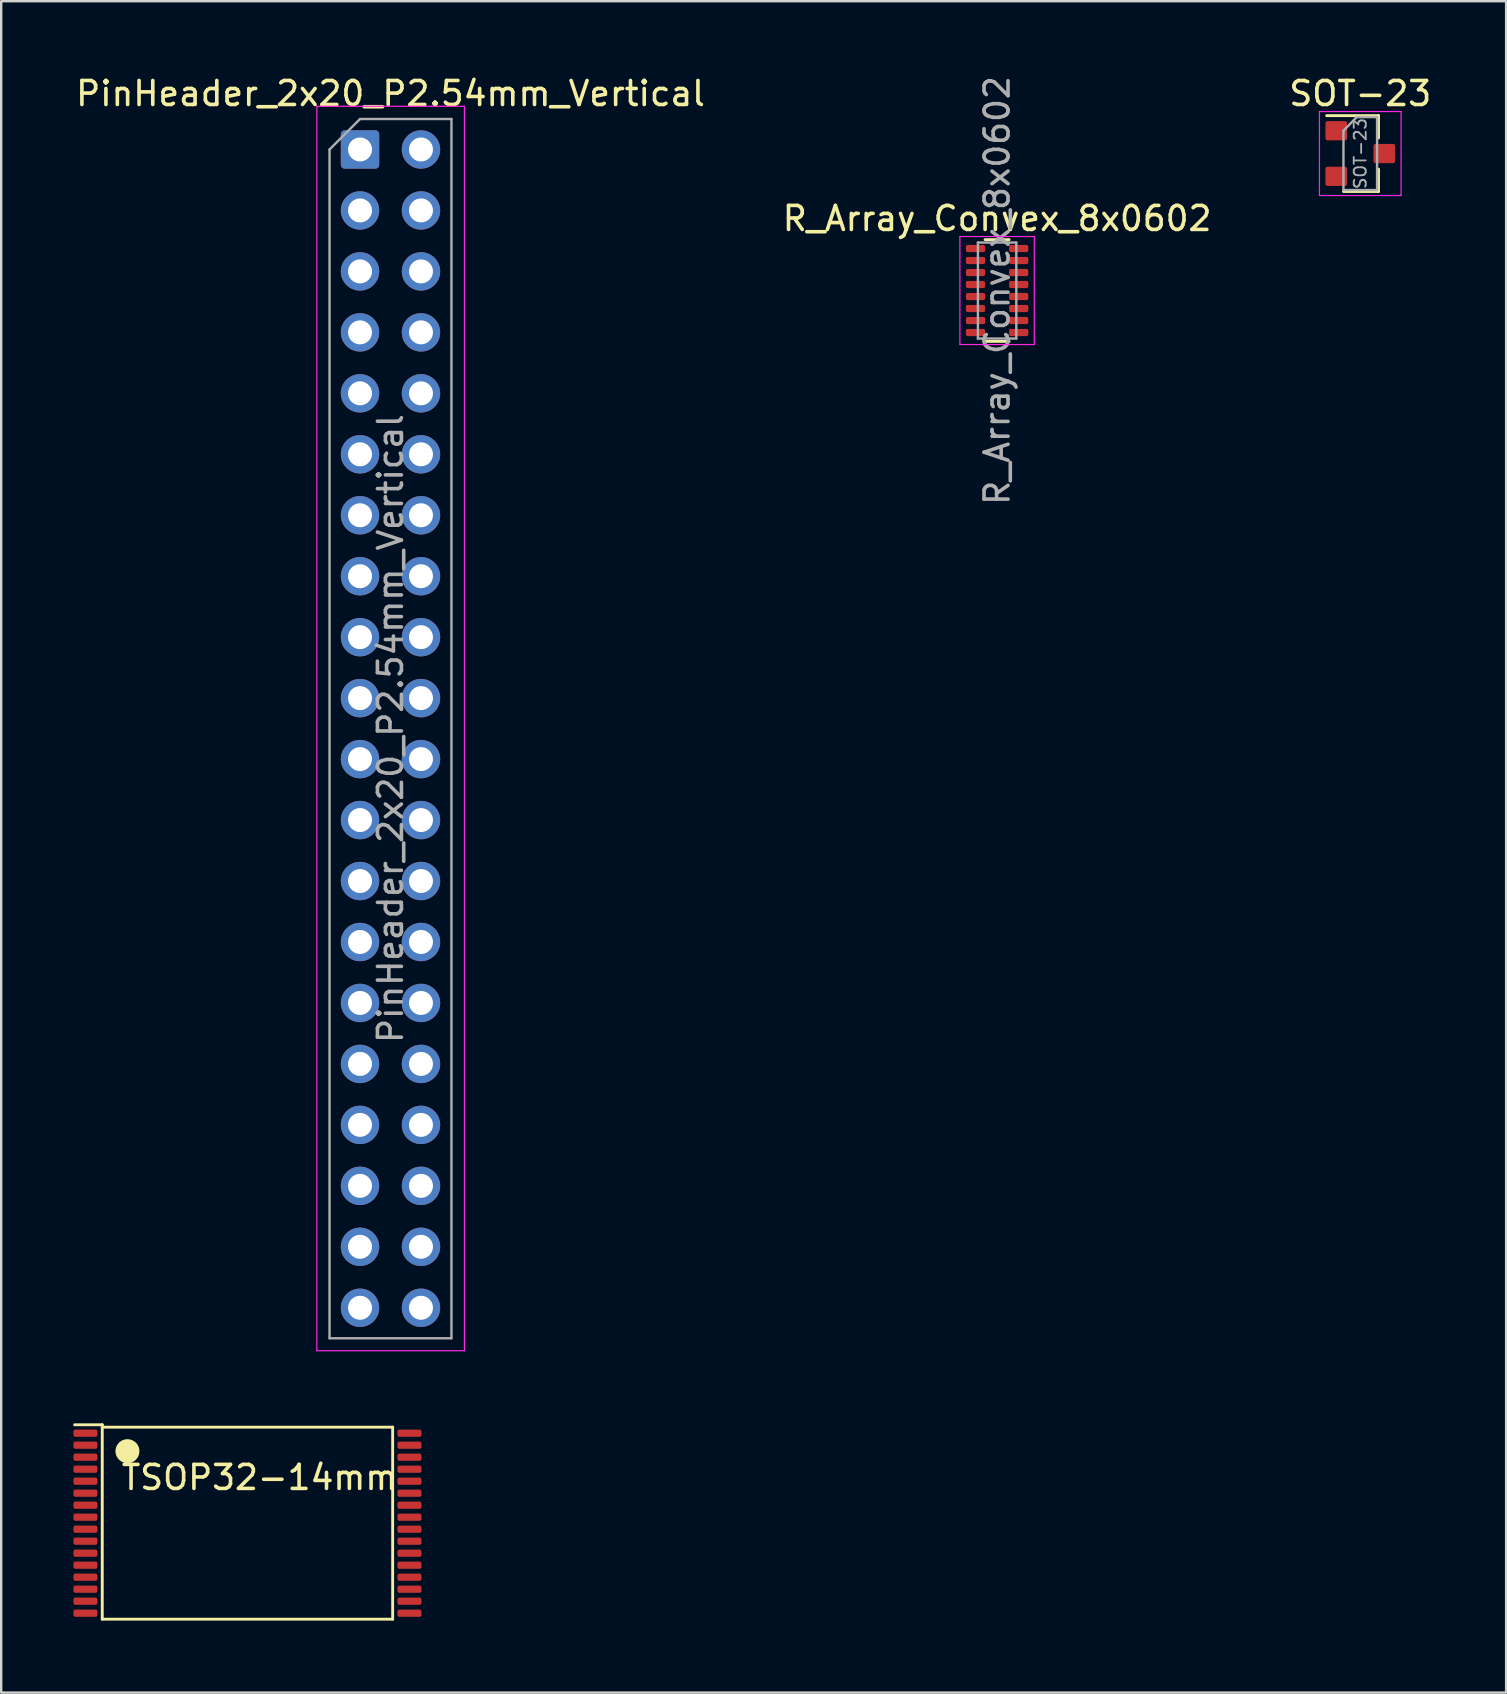
<source format=kicad_pcb>
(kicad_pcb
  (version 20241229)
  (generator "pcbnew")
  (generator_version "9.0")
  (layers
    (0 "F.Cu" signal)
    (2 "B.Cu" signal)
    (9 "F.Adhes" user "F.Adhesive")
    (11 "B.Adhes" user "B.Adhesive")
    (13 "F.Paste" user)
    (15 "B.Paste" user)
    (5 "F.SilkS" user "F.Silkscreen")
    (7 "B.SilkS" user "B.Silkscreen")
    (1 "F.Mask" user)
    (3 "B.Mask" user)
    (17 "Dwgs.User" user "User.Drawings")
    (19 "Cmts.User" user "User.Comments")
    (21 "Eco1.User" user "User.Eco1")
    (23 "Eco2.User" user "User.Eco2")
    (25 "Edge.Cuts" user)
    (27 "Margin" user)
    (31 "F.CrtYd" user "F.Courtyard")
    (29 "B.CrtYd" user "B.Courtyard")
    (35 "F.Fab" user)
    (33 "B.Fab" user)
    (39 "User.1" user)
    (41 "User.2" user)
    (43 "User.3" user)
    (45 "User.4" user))
  (footprint "R_Array_Convex_8x0602"
    (layer "F.Cu")
    (at 38.494 9.054)
    (property "Reference" "R_Array_Convex_8x0602" (at 0 -3 0) (layer "F.SilkS") (effects (font (size 1 1) (thickness 0.15))))
    (attr smd)
    (fp_line (start 0.5 -2.12) (end -0.5 -2.12) (stroke (width 0.12) (type solid)) (layer "F.SilkS"))
    (fp_line (start 0.5 2.12) (end -0.5 2.12) (stroke (width 0.12) (type solid)) (layer "F.SilkS"))
    (fp_line (start -1.55 -2.25) (end -1.55 2.25) (stroke (width 0.05) (type solid)) (layer "F.CrtYd"))
    (fp_line (start -1.55 -2.25) (end 1.55 -2.25) (stroke (width 0.05) (type solid)) (layer "F.CrtYd"))
    (fp_line (start 1.55 2.25) (end -1.55 2.25) (stroke (width 0.05) (type solid)) (layer "F.CrtYd"))
    (fp_line (start 1.55 2.25) (end 1.55 -2.25) (stroke (width 0.05) (type solid)) (layer "F.CrtYd"))
    (fp_line (start -0.8 -2) (end -0.8 2) (stroke (width 0.1) (type solid)) (layer "F.Fab"))
    (fp_line (start -0.8 2) (end 0.8 2) (stroke (width 0.1) (type solid)) (layer "F.Fab"))
    (fp_line (start 0.8 -2) (end -0.8 -2) (stroke (width 0.1) (type solid)) (layer "F.Fab"))
    (fp_line (start 0.8 2) (end 0.8 -2) (stroke (width 0.1) (type solid)) (layer "F.Fab"))
    (fp_text user "${REFERENCE}" (at 0 0 90) (layer "F.Fab") (effects (font (size 1 1) (thickness 0.15))))
    (pad "1" smd roundrect (at -0.9 -1.75) (size 0.8 0.3) (layers "F.Cu" "F.Mask" "F.Paste") (roundrect_rratio 0.25))
    (pad "2" smd roundrect (at -0.9 -1.25) (size 0.8 0.3) (layers "F.Cu" "F.Mask" "F.Paste") (roundrect_rratio 0.25))
    (pad "3" smd roundrect (at -0.9 -0.75) (size 0.8 0.3) (layers "F.Cu" "F.Mask" "F.Paste") (roundrect_rratio 0.25))
    (pad "4" smd roundrect (at -0.9 -0.25) (size 0.8 0.3) (layers "F.Cu" "F.Mask" "F.Paste") (roundrect_rratio 0.25))
    (pad "5" smd roundrect (at -0.9 0.25) (size 0.8 0.3) (layers "F.Cu" "F.Mask" "F.Paste") (roundrect_rratio 0.25))
    (pad "6" smd roundrect (at -0.9 0.75) (size 0.8 0.3) (layers "F.Cu" "F.Mask" "F.Paste") (roundrect_rratio 0.25))
    (pad "7" smd roundrect (at -0.9 1.25) (size 0.8 0.3) (layers "F.Cu" "F.Mask" "F.Paste") (roundrect_rratio 0.25))
    (pad "8" smd roundrect (at -0.9 1.75) (size 0.8 0.3) (layers "F.Cu" "F.Mask" "F.Paste") (roundrect_rratio 0.25))
    (pad "9" smd roundrect (at 0.9 1.75) (size 0.8 0.3) (layers "F.Cu" "F.Mask" "F.Paste") (roundrect_rratio 0.25))
    (pad "10" smd roundrect (at 0.9 1.25) (size 0.8 0.3) (layers "F.Cu" "F.Mask" "F.Paste") (roundrect_rratio 0.25))
    (pad "11" smd roundrect (at 0.9 0.75) (size 0.8 0.3) (layers "F.Cu" "F.Mask" "F.Paste") (roundrect_rratio 0.25))
    (pad "12" smd roundrect (at 0.9 0.25) (size 0.8 0.3) (layers "F.Cu" "F.Mask" "F.Paste") (roundrect_rratio 0.25))
    (pad "13" smd roundrect (at 0.9 -0.25) (size 0.8 0.3) (layers "F.Cu" "F.Mask" "F.Paste") (roundrect_rratio 0.25))
    (pad "14" smd roundrect (at 0.9 -0.75) (size 0.8 0.3) (layers "F.Cu" "F.Mask" "F.Paste") (roundrect_rratio 0.25))
    (pad "15" smd roundrect (at 0.9 -1.25) (size 0.8 0.3) (layers "F.Cu" "F.Mask" "F.Paste") (roundrect_rratio 0.25))
    (pad "16" smd roundrect (at 0.9 -1.75) (size 0.8 0.3) (layers "F.Cu" "F.Mask" "F.Paste") (roundrect_rratio 0.25)))
  (footprint "SOT-23"
    (layer "F.Cu")
    (at 53.625 3.348)
    (property "Reference" "SOT-23" (at 0 -2.5 0) (layer "F.SilkS") (effects (font (size 1 1) (thickness 0.15))))
    (attr smd)
    (fp_line (start 0.76 -1.58) (end -1.4 -1.58) (stroke (width 0.12) (type solid)) (layer "F.SilkS"))
    (fp_line (start 0.76 -1.58) (end 0.76 -0.65) (stroke (width 0.12) (type solid)) (layer "F.SilkS"))
    (fp_line (start 0.76 1.58) (end -0.7 1.58) (stroke (width 0.12) (type solid)) (layer "F.SilkS"))
    (fp_line (start 0.76 1.58) (end 0.76 0.65) (stroke (width 0.12) (type solid)) (layer "F.SilkS"))
    (fp_line (start -1.7 -1.75) (end 1.7 -1.75) (stroke (width 0.05) (type solid)) (layer "F.CrtYd"))
    (fp_line (start -1.7 1.75) (end -1.7 -1.75) (stroke (width 0.05) (type solid)) (layer "F.CrtYd"))
    (fp_line (start 1.7 -1.75) (end 1.7 1.75) (stroke (width 0.05) (type solid)) (layer "F.CrtYd"))
    (fp_line (start 1.7 1.75) (end -1.7 1.75) (stroke (width 0.05) (type solid)) (layer "F.CrtYd"))
    (fp_line (start -0.7 -0.95) (end -0.7 1.5) (stroke (width 0.1) (type solid)) (layer "F.Fab"))
    (fp_line (start -0.7 -0.95) (end -0.15 -1.52) (stroke (width 0.1) (type solid)) (layer "F.Fab"))
    (fp_line (start -0.7 1.52) (end 0.7 1.52) (stroke (width 0.1) (type solid)) (layer "F.Fab"))
    (fp_line (start -0.15 -1.52) (end 0.7 -1.52) (stroke (width 0.1) (type solid)) (layer "F.Fab"))
    (fp_line (start 0.7 -1.52) (end 0.7 1.52) (stroke (width 0.1) (type solid)) (layer "F.Fab"))
    (fp_text user "${REFERENCE}" (at 0 0 90) (layer "F.Fab") (effects (font (size 0.5 0.5) (thickness 0.075))))
    (pad "1" smd roundrect (at -1 -0.95) (size 0.9 0.8) (layers "F.Cu" "F.Mask" "F.Paste") (roundrect_rratio 0.1))
    (pad "2" smd roundrect (at -1 0.95) (size 0.9 0.8) (layers "F.Cu" "F.Mask" "F.Paste") (roundrect_rratio 0.1))
    (pad "3" smd roundrect (at 1 0) (size 0.9 0.8) (layers "F.Cu" "F.Mask" "F.Paste") (roundrect_rratio 0.1)))
  (footprint "TSOP32-14mm"
    (layer "F.Cu")
    (at 7.26 60.413)
    (property "Reference" "TSOP32-14mm" (at 0.508 -1.905 0) (layer "F.SilkS") (effects (font (size 1 1) (thickness 0.15))))
    (attr smd)
    (fp_line (start -7.2 -4.1) (end -6.05 -4.1) (stroke (width 0.12) (type solid)) (layer "F.SilkS"))
    (fp_line (start -6.05 -4.1) (end -6.05 4) (stroke (width 0.12) (type solid)) (layer "F.SilkS"))
    (fp_line (start -6.05 4) (end 6.05 4) (stroke (width 0.12) (type solid)) (layer "F.SilkS"))
    (fp_line (start 6.05 -4) (end -6.05 -4) (stroke (width 0.12) (type solid)) (layer "F.SilkS"))
    (fp_line (start 6.05 4) (end 6.05 -4) (stroke (width 0.12) (type solid)) (layer "F.SilkS"))
    (fp_circle (center -5 -3) (end -5 -2.75) (stroke (width 0.5) (type solid)) (fill no) (layer "F.SilkS"))
    (pad "1" smd roundrect (at -6.75 -3.75 270) (size 0.3 1) (layers "F.Cu" "F.Mask" "F.Paste") (roundrect_rratio 0.25))
    (pad "2" smd roundrect (at -6.75 -3.25 270) (size 0.3 1) (layers "F.Cu" "F.Mask" "F.Paste") (roundrect_rratio 0.25))
    (pad "3" smd roundrect (at -6.75 -2.75 270) (size 0.3 1) (layers "F.Cu" "F.Mask" "F.Paste") (roundrect_rratio 0.25))
    (pad "4" smd roundrect (at -6.75 -2.25 270) (size 0.3 1) (layers "F.Cu" "F.Mask" "F.Paste") (roundrect_rratio 0.25))
    (pad "5" smd roundrect (at -6.75 -1.75 270) (size 0.3 1) (layers "F.Cu" "F.Mask" "F.Paste") (roundrect_rratio 0.25))
    (pad "6" smd roundrect (at -6.75 -1.25 270) (size 0.3 1) (layers "F.Cu" "F.Mask" "F.Paste") (roundrect_rratio 0.25))
    (pad "7" smd roundrect (at -6.75 -0.75 270) (size 0.3 1) (layers "F.Cu" "F.Mask" "F.Paste") (roundrect_rratio 0.25))
    (pad "8" smd roundrect (at -6.75 -0.25 270) (size 0.3 1) (layers "F.Cu" "F.Mask" "F.Paste") (roundrect_rratio 0.25))
    (pad "9" smd roundrect (at -6.75 0.25 270) (size 0.3 1) (layers "F.Cu" "F.Mask" "F.Paste") (roundrect_rratio 0.25))
    (pad "10" smd roundrect (at -6.75 0.75 270) (size 0.3 1) (layers "F.Cu" "F.Mask" "F.Paste") (roundrect_rratio 0.25))
    (pad "11" smd roundrect (at -6.75 1.25 270) (size 0.3 1) (layers "F.Cu" "F.Mask" "F.Paste") (roundrect_rratio 0.25))
    (pad "12" smd roundrect (at -6.75 1.75 270) (size 0.3 1) (layers "F.Cu" "F.Mask" "F.Paste") (roundrect_rratio 0.25))
    (pad "13" smd roundrect (at -6.75 2.25 270) (size 0.3 1) (layers "F.Cu" "F.Mask" "F.Paste") (roundrect_rratio 0.25))
    (pad "14" smd roundrect (at -6.75 2.75 270) (size 0.3 1) (layers "F.Cu" "F.Mask" "F.Paste") (roundrect_rratio 0.25))
    (pad "15" smd roundrect (at -6.75 3.25 270) (size 0.3 1) (layers "F.Cu" "F.Mask" "F.Paste") (roundrect_rratio 0.25))
    (pad "16" smd roundrect (at -6.75 3.75 270) (size 0.3 1) (layers "F.Cu" "F.Mask" "F.Paste") (roundrect_rratio 0.25))
    (pad "17" smd roundrect (at 6.75 3.75 270) (size 0.3 1) (layers "F.Cu" "F.Mask" "F.Paste") (roundrect_rratio 0.25))
    (pad "18" smd roundrect (at 6.75 3.25 270) (size 0.3 1) (layers "F.Cu" "F.Mask" "F.Paste") (roundrect_rratio 0.25))
    (pad "19" smd roundrect (at 6.75 2.75 270) (size 0.3 1) (layers "F.Cu" "F.Mask" "F.Paste") (roundrect_rratio 0.25))
    (pad "20" smd roundrect (at 6.75 2.25 270) (size 0.3 1) (layers "F.Cu" "F.Mask" "F.Paste") (roundrect_rratio 0.25))
    (pad "21" smd roundrect (at 6.75 1.75 270) (size 0.3 1) (layers "F.Cu" "F.Mask" "F.Paste") (roundrect_rratio 0.25))
    (pad "22" smd roundrect (at 6.75 1.25 270) (size 0.3 1) (layers "F.Cu" "F.Mask" "F.Paste") (roundrect_rratio 0.25))
    (pad "23" smd roundrect (at 6.75 0.75 270) (size 0.3 1) (layers "F.Cu" "F.Mask" "F.Paste") (roundrect_rratio 0.25))
    (pad "24" smd roundrect (at 6.75 0.25 270) (size 0.3 1) (layers "F.Cu" "F.Mask" "F.Paste") (roundrect_rratio 0.25))
    (pad "25" smd roundrect (at 6.75 -0.25 270) (size 0.3 1) (layers "F.Cu" "F.Mask" "F.Paste") (roundrect_rratio 0.25))
    (pad "26" smd roundrect (at 6.75 -0.75 270) (size 0.3 1) (layers "F.Cu" "F.Mask" "F.Paste") (roundrect_rratio 0.25))
    (pad "27" smd roundrect (at 6.75 -1.25 270) (size 0.3 1) (layers "F.Cu" "F.Mask" "F.Paste") (roundrect_rratio 0.25))
    (pad "28" smd roundrect (at 6.75 -1.75 270) (size 0.3 1) (layers "F.Cu" "F.Mask" "F.Paste") (roundrect_rratio 0.25))
    (pad "29" smd roundrect (at 6.75 -2.25 270) (size 0.3 1) (layers "F.Cu" "F.Mask" "F.Paste") (roundrect_rratio 0.25))
    (pad "30" smd roundrect (at 6.75 -2.75 270) (size 0.3 1) (layers "F.Cu" "F.Mask" "F.Paste") (roundrect_rratio 0.25))
    (pad "31" smd roundrect (at 6.75 -3.25 270) (size 0.3 1) (layers "F.Cu" "F.Mask" "F.Paste") (roundrect_rratio 0.25))
    (pad "32" smd roundrect (at 6.75 -3.75 270) (size 0.3 1) (layers "F.Cu" "F.Mask" "F.Paste") (roundrect_rratio 0.25)))
  (footprint "PinHeader_2x20_P2.54mm_Vertical"
    (layer "F.Cu")
    (at 11.95 3.178)
    (property "Reference" "PinHeader_2x20_P2.54mm_Vertical" (at 1.27 -2.33 0) (layer "F.SilkS") (effects (font (size 1 1) (thickness 0.15))))
    (attr through_hole)
    (fp_line (start -1.8 -1.8) (end -1.8 50.05) (stroke (width 0.05) (type solid)) (layer "F.CrtYd"))
    (fp_line (start -1.8 50.05) (end 4.35 50.05) (stroke (width 0.05) (type solid)) (layer "F.CrtYd"))
    (fp_line (start 4.35 -1.8) (end -1.8 -1.8) (stroke (width 0.05) (type solid)) (layer "F.CrtYd"))
    (fp_line (start 4.35 50.05) (end 4.35 -1.8) (stroke (width 0.05) (type solid)) (layer "F.CrtYd"))
    (fp_line (start -1.27 0) (end 0 -1.27) (stroke (width 0.1) (type solid)) (layer "F.Fab"))
    (fp_line (start -1.27 49.53) (end -1.27 0) (stroke (width 0.1) (type solid)) (layer "F.Fab"))
    (fp_line (start 0 -1.27) (end 3.81 -1.27) (stroke (width 0.1) (type solid)) (layer "F.Fab"))
    (fp_line (start 3.81 -1.27) (end 3.81 49.53) (stroke (width 0.1) (type solid)) (layer "F.Fab"))
    (fp_line (start 3.81 49.53) (end -1.27 49.53) (stroke (width 0.1) (type solid)) (layer "F.Fab"))
    (fp_text user "${REFERENCE}" (at 1.27 24.13 90) (layer "F.Fab") (effects (font (size 1 1) (thickness 0.15))))
    (pad "1" thru_hole roundrect (at 0 0) (size 1.6 1.6) (drill 1) (layers "*.Cu" "*.Mask") (roundrect_rratio 0.1))
    (pad "2" thru_hole circle (at 2.54 0) (size 1.6 1.6) (drill 1) (layers "*.Cu" "*.Mask"))
    (pad "3" thru_hole circle (at 0 2.54) (size 1.6 1.6) (drill 1) (layers "*.Cu" "*.Mask"))
    (pad "4" thru_hole circle (at 2.54 2.54) (size 1.6 1.6) (drill 1) (layers "*.Cu" "*.Mask"))
    (pad "5" thru_hole circle (at 0 5.08) (size 1.6 1.6) (drill 1) (layers "*.Cu" "*.Mask"))
    (pad "6" thru_hole circle (at 2.54 5.08) (size 1.6 1.6) (drill 1) (layers "*.Cu" "*.Mask"))
    (pad "7" thru_hole circle (at 0 7.62) (size 1.6 1.6) (drill 1) (layers "*.Cu" "*.Mask"))
    (pad "8" thru_hole circle (at 2.54 7.62) (size 1.6 1.6) (drill 1) (layers "*.Cu" "*.Mask"))
    (pad "9" thru_hole circle (at 0 10.16) (size 1.6 1.6) (drill 1) (layers "*.Cu" "*.Mask"))
    (pad "10" thru_hole circle (at 2.54 10.16) (size 1.6 1.6) (drill 1) (layers "*.Cu" "*.Mask"))
    (pad "11" thru_hole circle (at 0 12.7) (size 1.6 1.6) (drill 1) (layers "*.Cu" "*.Mask"))
    (pad "12" thru_hole circle (at 2.54 12.7) (size 1.6 1.6) (drill 1) (layers "*.Cu" "*.Mask"))
    (pad "13" thru_hole circle (at 0 15.24) (size 1.6 1.6) (drill 1) (layers "*.Cu" "*.Mask"))
    (pad "14" thru_hole circle (at 2.54 15.24) (size 1.6 1.6) (drill 1) (layers "*.Cu" "*.Mask"))
    (pad "15" thru_hole circle (at 0 17.78) (size 1.6 1.6) (drill 1) (layers "*.Cu" "*.Mask"))
    (pad "16" thru_hole circle (at 2.54 17.78) (size 1.6 1.6) (drill 1) (layers "*.Cu" "*.Mask"))
    (pad "17" thru_hole circle (at 0 20.32) (size 1.6 1.6) (drill 1) (layers "*.Cu" "*.Mask"))
    (pad "18" thru_hole circle (at 2.54 20.32) (size 1.6 1.6) (drill 1) (layers "*.Cu" "*.Mask"))
    (pad "19" thru_hole circle (at 0 22.86) (size 1.6 1.6) (drill 1) (layers "*.Cu" "*.Mask"))
    (pad "20" thru_hole circle (at 2.54 22.86) (size 1.6 1.6) (drill 1) (layers "*.Cu" "*.Mask"))
    (pad "21" thru_hole circle (at 0 25.4) (size 1.6 1.6) (drill 1) (layers "*.Cu" "*.Mask"))
    (pad "22" thru_hole circle (at 2.54 25.4) (size 1.6 1.6) (drill 1) (layers "*.Cu" "*.Mask"))
    (pad "23" thru_hole circle (at 0 27.94) (size 1.6 1.6) (drill 1) (layers "*.Cu" "*.Mask"))
    (pad "24" thru_hole circle (at 2.54 27.94) (size 1.6 1.6) (drill 1) (layers "*.Cu" "*.Mask"))
    (pad "25" thru_hole circle (at 0 30.48) (size 1.6 1.6) (drill 1) (layers "*.Cu" "*.Mask"))
    (pad "26" thru_hole circle (at 2.54 30.48) (size 1.6 1.6) (drill 1) (layers "*.Cu" "*.Mask"))
    (pad "27" thru_hole circle (at 0 33.02) (size 1.6 1.6) (drill 1) (layers "*.Cu" "*.Mask"))
    (pad "28" thru_hole circle (at 2.54 33.02) (size 1.6 1.6) (drill 1) (layers "*.Cu" "*.Mask"))
    (pad "29" thru_hole circle (at 0 35.56) (size 1.6 1.6) (drill 1) (layers "*.Cu" "*.Mask"))
    (pad "30" thru_hole circle (at 2.54 35.56) (size 1.6 1.6) (drill 1) (layers "*.Cu" "*.Mask"))
    (pad "31" thru_hole circle (at 0 38.1) (size 1.6 1.6) (drill 1) (layers "*.Cu" "*.Mask"))
    (pad "32" thru_hole circle (at 2.54 38.1) (size 1.6 1.6) (drill 1) (layers "*.Cu" "*.Mask"))
    (pad "33" thru_hole circle (at 0 40.64) (size 1.6 1.6) (drill 1) (layers "*.Cu" "*.Mask"))
    (pad "34" thru_hole circle (at 2.54 40.64) (size 1.6 1.6) (drill 1) (layers "*.Cu" "*.Mask"))
    (pad "35" thru_hole circle (at 0 43.18) (size 1.6 1.6) (drill 1) (layers "*.Cu" "*.Mask"))
    (pad "36" thru_hole circle (at 2.54 43.18) (size 1.6 1.6) (drill 1) (layers "*.Cu" "*.Mask"))
    (pad "37" thru_hole circle (at 0 45.72) (size 1.6 1.6) (drill 1) (layers "*.Cu" "*.Mask"))
    (pad "38" thru_hole circle (at 2.54 45.72) (size 1.6 1.6) (drill 1) (layers "*.Cu" "*.Mask"))
    (pad "39" thru_hole circle (at 0 48.26) (size 1.6 1.6) (drill 1) (layers "*.Cu" "*.Mask"))
    (pad "40" thru_hole circle (at 2.54 48.26) (size 1.6 1.6) (drill 1) (layers "*.Cu" "*.Mask")))
  (gr_rect
    (start -3 -3)
    (end 59.702 67.473)
    (stroke (width 0.1) (type default))
    (fill no)
    (layer "Edge.Cuts")))
</source>
